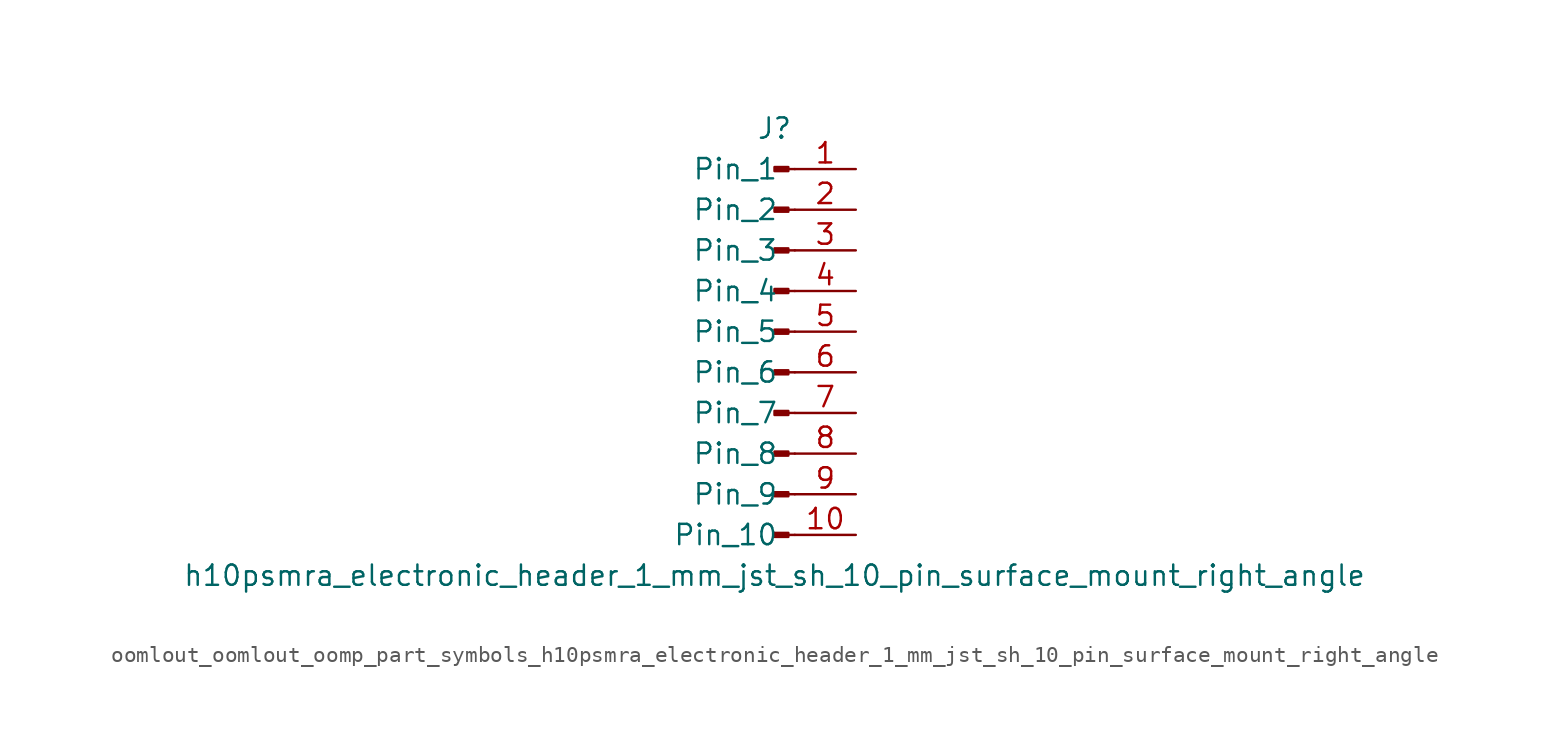
<source format=kicad_sym>
(kicad_symbol_lib
  (version 20220914)
  (generator kicad_symbol_editor)
  (symbol "oomlout_oomlout_oomp_part_symbols_h10psmra_electronic_header_1_mm_jst_sh_10_pin_surface_mount_right_angle"
    (pin_names
      (offset 1.016))
    (property "Reference" "J"
      (at 0 12.7 0)
      (effects (font (size 1.27 1.27))))
    (property "Value" "h10psmra_electronic_header_1_mm_jst_sh_10_pin_surface_mount_right_angle"
      (at 0 -15.24 0)
      (effects (font (size 1.27 1.27))))
    (property "ki_locked" ""
      (at 0 0 0)
      (effects (font (size 1.27 1.27))))
    (symbol "oomlout_oomlout_oomp_part_symbols_h10psmra_electronic_header_1_mm_jst_sh_10_pin_surface_mount_right_angle_1_1"
      (polyline (pts (xy 1.27 -12.7) (xy 0.864 -12.7)) (stroke (width 0.152) (type default)) (fill (type none)))
      (polyline (pts (xy 1.27 -10.16) (xy 0.864 -10.16)) (stroke (width 0.152) (type default)) (fill (type none)))
      (polyline (pts (xy 1.27 -7.62) (xy 0.864 -7.62)) (stroke (width 0.152) (type default)) (fill (type none)))
      (polyline (pts (xy 1.27 -5.08) (xy 0.864 -5.08)) (stroke (width 0.152) (type default)) (fill (type none)))
      (polyline (pts (xy 1.27 -2.54) (xy 0.864 -2.54)) (stroke (width 0.152) (type default)) (fill (type none)))
      (polyline (pts (xy 1.27 0) (xy 0.864 0)) (stroke (width 0.152) (type default)) (fill (type none)))
      (polyline (pts (xy 1.27 2.54) (xy 0.864 2.54)) (stroke (width 0.152) (type default)) (fill (type none)))
      (polyline (pts (xy 1.27 5.08) (xy 0.864 5.08)) (stroke (width 0.152) (type default)) (fill (type none)))
      (polyline (pts (xy 1.27 7.62) (xy 0.864 7.62)) (stroke (width 0.152) (type default)) (fill (type none)))
      (polyline (pts (xy 1.27 10.16) (xy 0.864 10.16)) (stroke (width 0.152) (type default)) (fill (type none)))
      (rectangle (start 0.864 -12.573) (end 0 -12.827) (stroke (width 0.152) (type default)) (fill (type outline)))
      (rectangle (start 0.864 -10.033) (end 0 -10.287) (stroke (width 0.152) (type default)) (fill (type outline)))
      (rectangle (start 0.864 -7.493) (end 0 -7.747) (stroke (width 0.152) (type default)) (fill (type outline)))
      (rectangle (start 0.864 -4.953) (end 0 -5.207) (stroke (width 0.152) (type default)) (fill (type outline)))
      (rectangle (start 0.864 -2.413) (end 0 -2.667) (stroke (width 0.152) (type default)) (fill (type outline)))
      (rectangle (start 0.864 0.127) (end 0 -0.127) (stroke (width 0.152) (type default)) (fill (type outline)))
      (rectangle (start 0.864 2.667) (end 0 2.413) (stroke (width 0.152) (type default)) (fill (type outline)))
      (rectangle (start 0.864 5.207) (end 0 4.953) (stroke (width 0.152) (type default)) (fill (type outline)))
      (rectangle (start 0.864 7.747) (end 0 7.493) (stroke (width 0.152) (type default)) (fill (type outline)))
      (rectangle (start 0.864 10.287) (end 0 10.033) (stroke (width 0.152) (type default)) (fill (type outline)))
      (pin passive line (at 5.08 10.16 180) (length 3.81) (name "Pin_1" (effects (font (size 1.27 1.27)))) (number "1" (effects (font (size 1.27 1.27)))))
      (pin passive line (at 5.08 -12.7 180) (length 3.81) (name "Pin_10" (effects (font (size 1.27 1.27)))) (number "10" (effects (font (size 1.27 1.27)))))
      (pin passive line (at 5.08 7.62 180) (length 3.81) (name "Pin_2" (effects (font (size 1.27 1.27)))) (number "2" (effects (font (size 1.27 1.27)))))
      (pin passive line (at 5.08 5.08 180) (length 3.81) (name "Pin_3" (effects (font (size 1.27 1.27)))) (number "3" (effects (font (size 1.27 1.27)))))
      (pin passive line (at 5.08 2.54 180) (length 3.81) (name "Pin_4" (effects (font (size 1.27 1.27)))) (number "4" (effects (font (size 1.27 1.27)))))
      (pin passive line (at 5.08 0 180) (length 3.81) (name "Pin_5" (effects (font (size 1.27 1.27)))) (number "5" (effects (font (size 1.27 1.27)))))
      (pin passive line (at 5.08 -2.54 180) (length 3.81) (name "Pin_6" (effects (font (size 1.27 1.27)))) (number "6" (effects (font (size 1.27 1.27)))))
      (pin passive line (at 5.08 -5.08 180) (length 3.81) (name "Pin_7" (effects (font (size 1.27 1.27)))) (number "7" (effects (font (size 1.27 1.27)))))
      (pin passive line (at 5.08 -7.62 180) (length 3.81) (name "Pin_8" (effects (font (size 1.27 1.27)))) (number "8" (effects (font (size 1.27 1.27)))))
      (pin passive line (at 5.08 -10.16 180) (length 3.81) (name "Pin_9" (effects (font (size 1.27 1.27)))) (number "9" (effects (font (size 1.27 1.27))))))))
</source>
